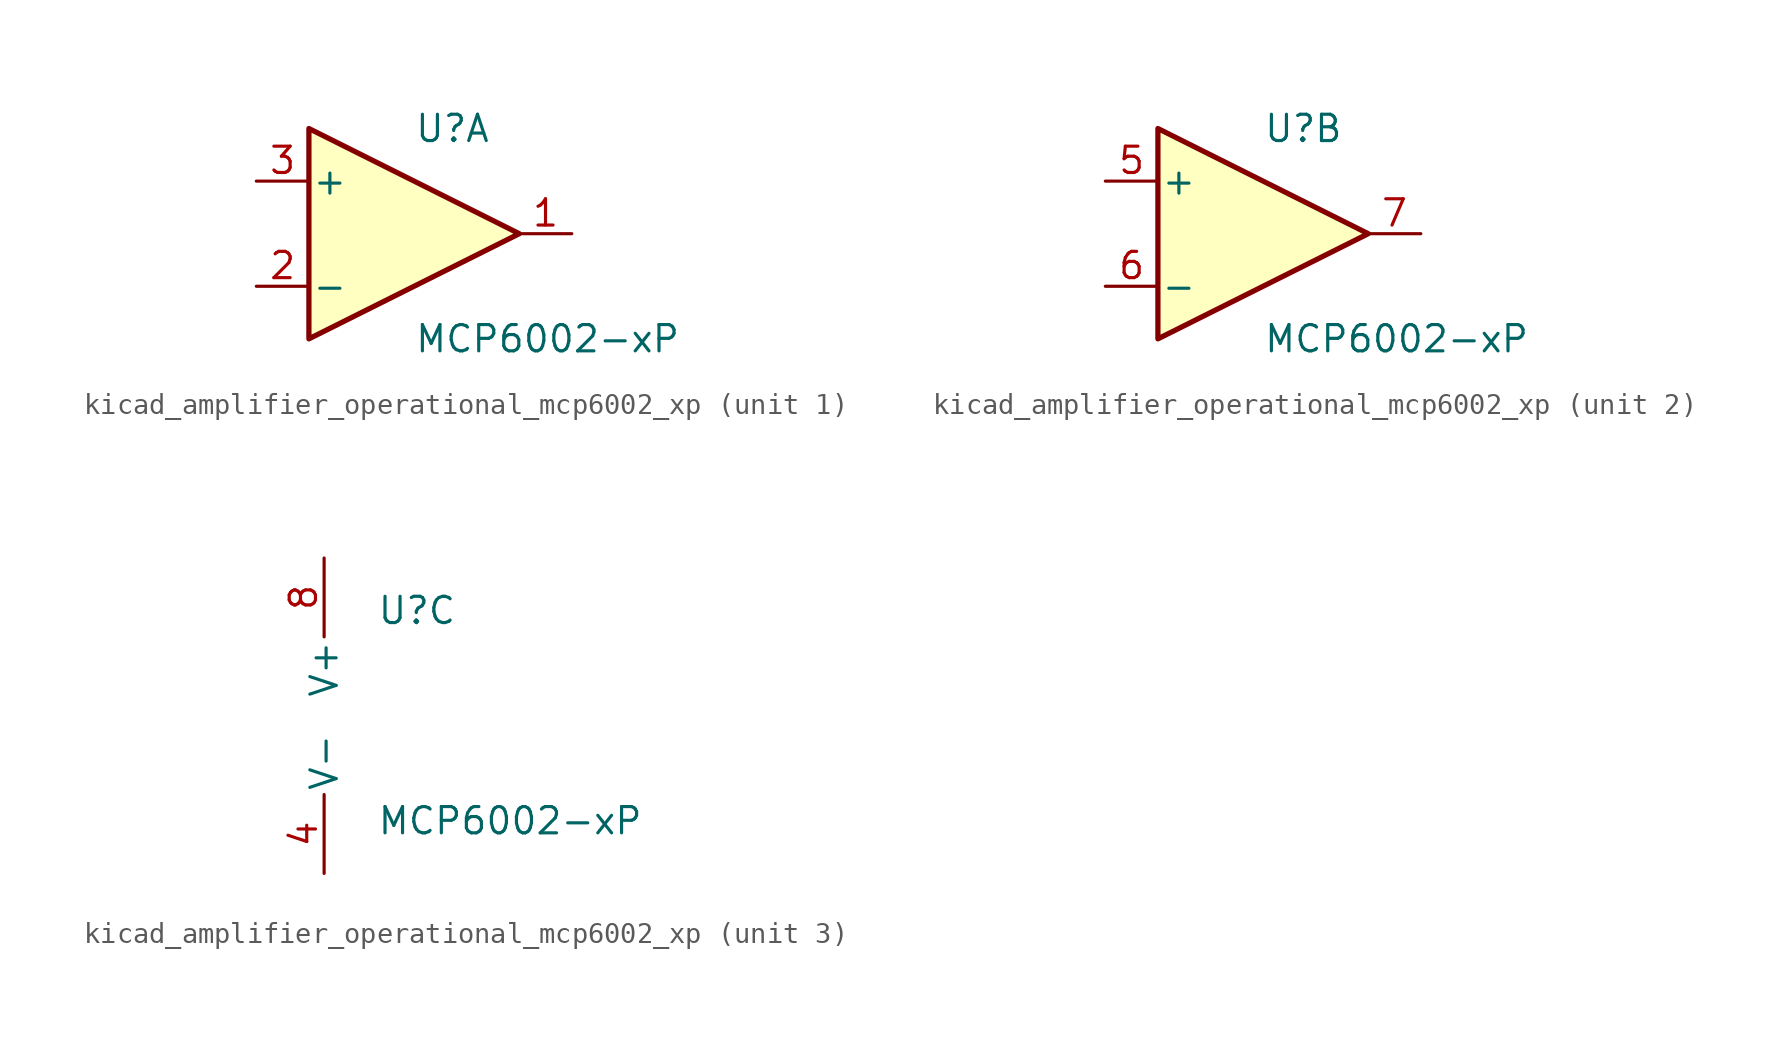
<source format=kicad_sym>
(kicad_symbol_lib
  (version 20220914)
  (generator kicad_symbol_editor)
  (symbol "kicad_amplifier_operational_mcp6002_xp"
    (pin_names
      (offset 0.127))
    (property "Reference" "U"
      (at 0 5.08 0)
      (effects (font (size 1.27 1.27)) (justify left)))
    (property "Value" "MCP6002-xP"
      (at 0 -5.08 0)
      (effects (font (size 1.27 1.27)) (justify left)))
    (property "ki_locked" ""
      (at 0 0 0)
      (effects (font (size 1.27 1.27))))
    (symbol "kicad_amplifier_operational_mcp6002_xp_1_1"
      (polyline (pts (xy -5.08 5.08) (xy 5.08 0) (xy -5.08 -5.08) (xy -5.08 5.08)) (stroke (width 0.254) (type default)) (fill (type background)))
      (pin output line (at 7.62 0 180) (length 2.54) (name "~" (effects (font (size 1.27 1.27)))) (number "1" (effects (font (size 1.27 1.27)))))
      (pin input line (at -7.62 -2.54 0) (length 2.54) (name "-" (effects (font (size 1.27 1.27)))) (number "2" (effects (font (size 1.27 1.27)))))
      (pin input line (at -7.62 2.54 0) (length 2.54) (name "+" (effects (font (size 1.27 1.27)))) (number "3" (effects (font (size 1.27 1.27))))))
    (symbol "kicad_amplifier_operational_mcp6002_xp_2_1"
      (polyline (pts (xy -5.08 5.08) (xy 5.08 0) (xy -5.08 -5.08) (xy -5.08 5.08)) (stroke (width 0.254) (type default)) (fill (type background)))
      (pin input line (at -7.62 2.54 0) (length 2.54) (name "+" (effects (font (size 1.27 1.27)))) (number "5" (effects (font (size 1.27 1.27)))))
      (pin input line (at -7.62 -2.54 0) (length 2.54) (name "-" (effects (font (size 1.27 1.27)))) (number "6" (effects (font (size 1.27 1.27)))))
      (pin output line (at 7.62 0 180) (length 2.54) (name "~" (effects (font (size 1.27 1.27)))) (number "7" (effects (font (size 1.27 1.27))))))
    (symbol "kicad_amplifier_operational_mcp6002_xp_3_1"
      (pin power_in line (at -2.54 -7.62 90) (length 3.81) (name "V-" (effects (font (size 1.27 1.27)))) (number "4" (effects (font (size 1.27 1.27)))))
      (pin power_in line (at -2.54 7.62 270) (length 3.81) (name "V+" (effects (font (size 1.27 1.27)))) (number "8" (effects (font (size 1.27 1.27))))))))
</source>
